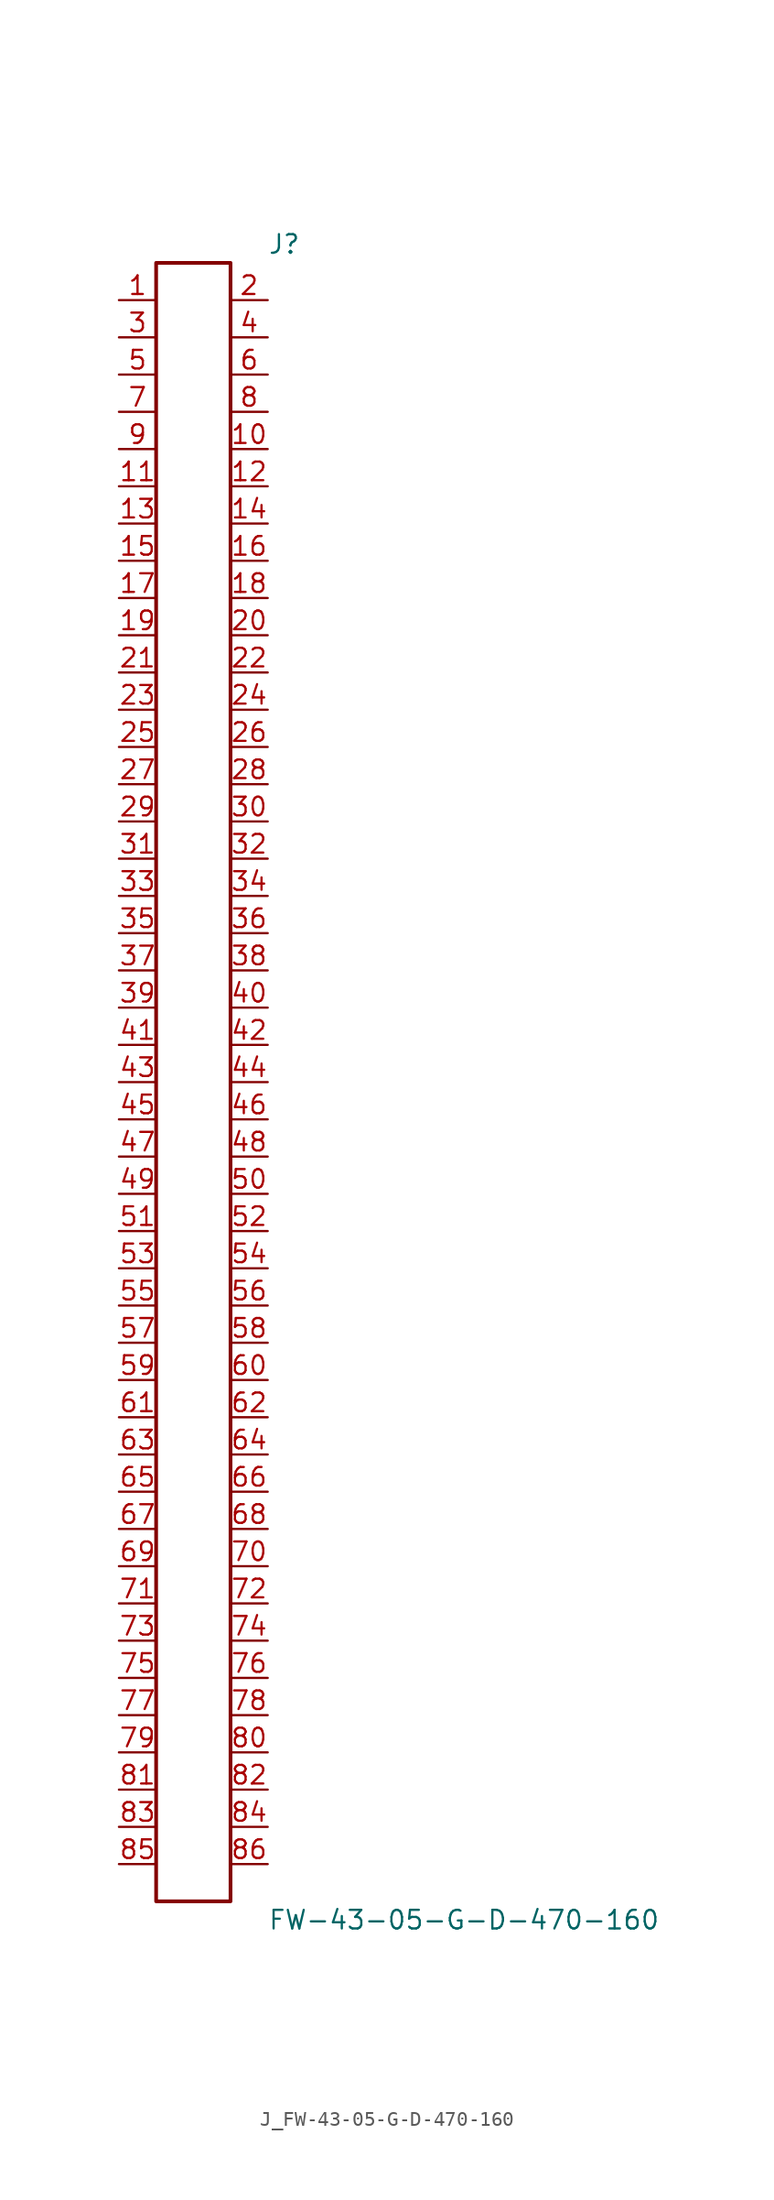
<source format=kicad_sym>
(kicad_symbol_lib
  (version 20231120)
  (generator kicad_symbol_editor)
  (generator_version 8.0)
  (symbol "J_FW-43-05-G-D-470-160"
    (pin_names
      (offset 0.254))
    (property "Reference" "J"
      (at 5.08 57.15 0)
      (effects (font (size 1.27 1.27)) (justify left)))
    (property "Value" "FW-43-05-G-D-470-160"
      (at 5.08 -57.15 0)
      (effects (font (size 1.27 1.27)) (justify left)))
    (symbol "J_FW-43-05-G-D-470-160_0_0"
      (pin unspecified line (at -5.08 53.34 0) (length 2.54) (name "" (effects (font (size 1.27 1.27)))) (number "1" (effects (font (size 1.27 1.27)))))
      (pin unspecified line (at 5.08 53.34 180) (length 2.54) (name "" (effects (font (size 1.27 1.27)))) (number "2" (effects (font (size 1.27 1.27)))))
      (pin unspecified line (at -5.08 50.8 0) (length 2.54) (name "" (effects (font (size 1.27 1.27)))) (number "3" (effects (font (size 1.27 1.27)))))
      (pin unspecified line (at 5.08 50.8 180) (length 2.54) (name "" (effects (font (size 1.27 1.27)))) (number "4" (effects (font (size 1.27 1.27)))))
      (pin unspecified line (at -5.08 48.26 0) (length 2.54) (name "" (effects (font (size 1.27 1.27)))) (number "5" (effects (font (size 1.27 1.27)))))
      (pin unspecified line (at 5.08 48.26 180) (length 2.54) (name "" (effects (font (size 1.27 1.27)))) (number "6" (effects (font (size 1.27 1.27)))))
      (pin unspecified line (at -5.08 45.72 0) (length 2.54) (name "" (effects (font (size 1.27 1.27)))) (number "7" (effects (font (size 1.27 1.27)))))
      (pin unspecified line (at 5.08 45.72 180) (length 2.54) (name "" (effects (font (size 1.27 1.27)))) (number "8" (effects (font (size 1.27 1.27)))))
      (pin unspecified line (at -5.08 43.18 0) (length 2.54) (name "" (effects (font (size 1.27 1.27)))) (number "9" (effects (font (size 1.27 1.27)))))
      (pin unspecified line (at 5.08 43.18 180) (length 2.54) (name "" (effects (font (size 1.27 1.27)))) (number "10" (effects (font (size 1.27 1.27)))))
      (pin unspecified line (at -5.08 40.64 0) (length 2.54) (name "" (effects (font (size 1.27 1.27)))) (number "11" (effects (font (size 1.27 1.27)))))
      (pin unspecified line (at 5.08 40.64 180) (length 2.54) (name "" (effects (font (size 1.27 1.27)))) (number "12" (effects (font (size 1.27 1.27)))))
      (pin unspecified line (at -5.08 38.1 0) (length 2.54) (name "" (effects (font (size 1.27 1.27)))) (number "13" (effects (font (size 1.27 1.27)))))
      (pin unspecified line (at 5.08 38.1 180) (length 2.54) (name "" (effects (font (size 1.27 1.27)))) (number "14" (effects (font (size 1.27 1.27)))))
      (pin unspecified line (at -5.08 35.56 0) (length 2.54) (name "" (effects (font (size 1.27 1.27)))) (number "15" (effects (font (size 1.27 1.27)))))
      (pin unspecified line (at 5.08 35.56 180) (length 2.54) (name "" (effects (font (size 1.27 1.27)))) (number "16" (effects (font (size 1.27 1.27)))))
      (pin unspecified line (at -5.08 33.02 0) (length 2.54) (name "" (effects (font (size 1.27 1.27)))) (number "17" (effects (font (size 1.27 1.27)))))
      (pin unspecified line (at 5.08 33.02 180) (length 2.54) (name "" (effects (font (size 1.27 1.27)))) (number "18" (effects (font (size 1.27 1.27)))))
      (pin unspecified line (at -5.08 30.48 0) (length 2.54) (name "" (effects (font (size 1.27 1.27)))) (number "19" (effects (font (size 1.27 1.27)))))
      (pin unspecified line (at 5.08 30.48 180) (length 2.54) (name "" (effects (font (size 1.27 1.27)))) (number "20" (effects (font (size 1.27 1.27)))))
      (pin unspecified line (at -5.08 27.94 0) (length 2.54) (name "" (effects (font (size 1.27 1.27)))) (number "21" (effects (font (size 1.27 1.27)))))
      (pin unspecified line (at 5.08 27.94 180) (length 2.54) (name "" (effects (font (size 1.27 1.27)))) (number "22" (effects (font (size 1.27 1.27)))))
      (pin unspecified line (at -5.08 25.4 0) (length 2.54) (name "" (effects (font (size 1.27 1.27)))) (number "23" (effects (font (size 1.27 1.27)))))
      (pin unspecified line (at 5.08 25.4 180) (length 2.54) (name "" (effects (font (size 1.27 1.27)))) (number "24" (effects (font (size 1.27 1.27)))))
      (pin unspecified line (at -5.08 22.86 0) (length 2.54) (name "" (effects (font (size 1.27 1.27)))) (number "25" (effects (font (size 1.27 1.27)))))
      (pin unspecified line (at 5.08 22.86 180) (length 2.54) (name "" (effects (font (size 1.27 1.27)))) (number "26" (effects (font (size 1.27 1.27)))))
      (pin unspecified line (at -5.08 20.32 0) (length 2.54) (name "" (effects (font (size 1.27 1.27)))) (number "27" (effects (font (size 1.27 1.27)))))
      (pin unspecified line (at 5.08 20.32 180) (length 2.54) (name "" (effects (font (size 1.27 1.27)))) (number "28" (effects (font (size 1.27 1.27)))))
      (pin unspecified line (at -5.08 17.78 0) (length 2.54) (name "" (effects (font (size 1.27 1.27)))) (number "29" (effects (font (size 1.27 1.27)))))
      (pin unspecified line (at 5.08 17.78 180) (length 2.54) (name "" (effects (font (size 1.27 1.27)))) (number "30" (effects (font (size 1.27 1.27)))))
      (pin unspecified line (at -5.08 15.24 0) (length 2.54) (name "" (effects (font (size 1.27 1.27)))) (number "31" (effects (font (size 1.27 1.27)))))
      (pin unspecified line (at 5.08 15.24 180) (length 2.54) (name "" (effects (font (size 1.27 1.27)))) (number "32" (effects (font (size 1.27 1.27)))))
      (pin unspecified line (at -5.08 12.7 0) (length 2.54) (name "" (effects (font (size 1.27 1.27)))) (number "33" (effects (font (size 1.27 1.27)))))
      (pin unspecified line (at 5.08 12.7 180) (length 2.54) (name "" (effects (font (size 1.27 1.27)))) (number "34" (effects (font (size 1.27 1.27)))))
      (pin unspecified line (at -5.08 10.16 0) (length 2.54) (name "" (effects (font (size 1.27 1.27)))) (number "35" (effects (font (size 1.27 1.27)))))
      (pin unspecified line (at 5.08 10.16 180) (length 2.54) (name "" (effects (font (size 1.27 1.27)))) (number "36" (effects (font (size 1.27 1.27)))))
      (pin unspecified line (at -5.08 7.62 0) (length 2.54) (name "" (effects (font (size 1.27 1.27)))) (number "37" (effects (font (size 1.27 1.27)))))
      (pin unspecified line (at 5.08 7.62 180) (length 2.54) (name "" (effects (font (size 1.27 1.27)))) (number "38" (effects (font (size 1.27 1.27)))))
      (pin unspecified line (at -5.08 5.08 0) (length 2.54) (name "" (effects (font (size 1.27 1.27)))) (number "39" (effects (font (size 1.27 1.27)))))
      (pin unspecified line (at 5.08 5.08 180) (length 2.54) (name "" (effects (font (size 1.27 1.27)))) (number "40" (effects (font (size 1.27 1.27)))))
      (pin unspecified line (at -5.08 2.54 0) (length 2.54) (name "" (effects (font (size 1.27 1.27)))) (number "41" (effects (font (size 1.27 1.27)))))
      (pin unspecified line (at 5.08 2.54 180) (length 2.54) (name "" (effects (font (size 1.27 1.27)))) (number "42" (effects (font (size 1.27 1.27)))))
      (pin unspecified line (at -5.08 0.0 0) (length 2.54) (name "" (effects (font (size 1.27 1.27)))) (number "43" (effects (font (size 1.27 1.27)))))
      (pin unspecified line (at 5.08 0.0 180) (length 2.54) (name "" (effects (font (size 1.27 1.27)))) (number "44" (effects (font (size 1.27 1.27)))))
      (pin unspecified line (at -5.08 -2.54 0) (length 2.54) (name "" (effects (font (size 1.27 1.27)))) (number "45" (effects (font (size 1.27 1.27)))))
      (pin unspecified line (at 5.08 -2.54 180) (length 2.54) (name "" (effects (font (size 1.27 1.27)))) (number "46" (effects (font (size 1.27 1.27)))))
      (pin unspecified line (at -5.08 -5.08 0) (length 2.54) (name "" (effects (font (size 1.27 1.27)))) (number "47" (effects (font (size 1.27 1.27)))))
      (pin unspecified line (at 5.08 -5.08 180) (length 2.54) (name "" (effects (font (size 1.27 1.27)))) (number "48" (effects (font (size 1.27 1.27)))))
      (pin unspecified line (at -5.08 -7.62 0) (length 2.54) (name "" (effects (font (size 1.27 1.27)))) (number "49" (effects (font (size 1.27 1.27)))))
      (pin unspecified line (at 5.08 -7.62 180) (length 2.54) (name "" (effects (font (size 1.27 1.27)))) (number "50" (effects (font (size 1.27 1.27)))))
      (pin unspecified line (at -5.08 -10.16 0) (length 2.54) (name "" (effects (font (size 1.27 1.27)))) (number "51" (effects (font (size 1.27 1.27)))))
      (pin unspecified line (at 5.08 -10.16 180) (length 2.54) (name "" (effects (font (size 1.27 1.27)))) (number "52" (effects (font (size 1.27 1.27)))))
      (pin unspecified line (at -5.08 -12.7 0) (length 2.54) (name "" (effects (font (size 1.27 1.27)))) (number "53" (effects (font (size 1.27 1.27)))))
      (pin unspecified line (at 5.08 -12.7 180) (length 2.54) (name "" (effects (font (size 1.27 1.27)))) (number "54" (effects (font (size 1.27 1.27)))))
      (pin unspecified line (at -5.08 -15.24 0) (length 2.54) (name "" (effects (font (size 1.27 1.27)))) (number "55" (effects (font (size 1.27 1.27)))))
      (pin unspecified line (at 5.08 -15.24 180) (length 2.54) (name "" (effects (font (size 1.27 1.27)))) (number "56" (effects (font (size 1.27 1.27)))))
      (pin unspecified line (at -5.08 -17.78 0) (length 2.54) (name "" (effects (font (size 1.27 1.27)))) (number "57" (effects (font (size 1.27 1.27)))))
      (pin unspecified line (at 5.08 -17.78 180) (length 2.54) (name "" (effects (font (size 1.27 1.27)))) (number "58" (effects (font (size 1.27 1.27)))))
      (pin unspecified line (at -5.08 -20.32 0) (length 2.54) (name "" (effects (font (size 1.27 1.27)))) (number "59" (effects (font (size 1.27 1.27)))))
      (pin unspecified line (at 5.08 -20.32 180) (length 2.54) (name "" (effects (font (size 1.27 1.27)))) (number "60" (effects (font (size 1.27 1.27)))))
      (pin unspecified line (at -5.08 -22.86 0) (length 2.54) (name "" (effects (font (size 1.27 1.27)))) (number "61" (effects (font (size 1.27 1.27)))))
      (pin unspecified line (at 5.08 -22.86 180) (length 2.54) (name "" (effects (font (size 1.27 1.27)))) (number "62" (effects (font (size 1.27 1.27)))))
      (pin unspecified line (at -5.08 -25.4 0) (length 2.54) (name "" (effects (font (size 1.27 1.27)))) (number "63" (effects (font (size 1.27 1.27)))))
      (pin unspecified line (at 5.08 -25.4 180) (length 2.54) (name "" (effects (font (size 1.27 1.27)))) (number "64" (effects (font (size 1.27 1.27)))))
      (pin unspecified line (at -5.08 -27.94 0) (length 2.54) (name "" (effects (font (size 1.27 1.27)))) (number "65" (effects (font (size 1.27 1.27)))))
      (pin unspecified line (at 5.08 -27.94 180) (length 2.54) (name "" (effects (font (size 1.27 1.27)))) (number "66" (effects (font (size 1.27 1.27)))))
      (pin unspecified line (at -5.08 -30.48 0) (length 2.54) (name "" (effects (font (size 1.27 1.27)))) (number "67" (effects (font (size 1.27 1.27)))))
      (pin unspecified line (at 5.08 -30.48 180) (length 2.54) (name "" (effects (font (size 1.27 1.27)))) (number "68" (effects (font (size 1.27 1.27)))))
      (pin unspecified line (at -5.08 -33.02 0) (length 2.54) (name "" (effects (font (size 1.27 1.27)))) (number "69" (effects (font (size 1.27 1.27)))))
      (pin unspecified line (at 5.08 -33.02 180) (length 2.54) (name "" (effects (font (size 1.27 1.27)))) (number "70" (effects (font (size 1.27 1.27)))))
      (pin unspecified line (at -5.08 -35.56 0) (length 2.54) (name "" (effects (font (size 1.27 1.27)))) (number "71" (effects (font (size 1.27 1.27)))))
      (pin unspecified line (at 5.08 -35.56 180) (length 2.54) (name "" (effects (font (size 1.27 1.27)))) (number "72" (effects (font (size 1.27 1.27)))))
      (pin unspecified line (at -5.08 -38.1 0) (length 2.54) (name "" (effects (font (size 1.27 1.27)))) (number "73" (effects (font (size 1.27 1.27)))))
      (pin unspecified line (at 5.08 -38.1 180) (length 2.54) (name "" (effects (font (size 1.27 1.27)))) (number "74" (effects (font (size 1.27 1.27)))))
      (pin unspecified line (at -5.08 -40.64 0) (length 2.54) (name "" (effects (font (size 1.27 1.27)))) (number "75" (effects (font (size 1.27 1.27)))))
      (pin unspecified line (at 5.08 -40.64 180) (length 2.54) (name "" (effects (font (size 1.27 1.27)))) (number "76" (effects (font (size 1.27 1.27)))))
      (pin unspecified line (at -5.08 -43.18 0) (length 2.54) (name "" (effects (font (size 1.27 1.27)))) (number "77" (effects (font (size 1.27 1.27)))))
      (pin unspecified line (at 5.08 -43.18 180) (length 2.54) (name "" (effects (font (size 1.27 1.27)))) (number "78" (effects (font (size 1.27 1.27)))))
      (pin unspecified line (at -5.08 -45.72 0) (length 2.54) (name "" (effects (font (size 1.27 1.27)))) (number "79" (effects (font (size 1.27 1.27)))))
      (pin unspecified line (at 5.08 -45.72 180) (length 2.54) (name "" (effects (font (size 1.27 1.27)))) (number "80" (effects (font (size 1.27 1.27)))))
      (pin unspecified line (at -5.08 -48.26 0) (length 2.54) (name "" (effects (font (size 1.27 1.27)))) (number "81" (effects (font (size 1.27 1.27)))))
      (pin unspecified line (at 5.08 -48.26 180) (length 2.54) (name "" (effects (font (size 1.27 1.27)))) (number "82" (effects (font (size 1.27 1.27)))))
      (pin unspecified line (at -5.08 -50.8 0) (length 2.54) (name "" (effects (font (size 1.27 1.27)))) (number "83" (effects (font (size 1.27 1.27)))))
      (pin unspecified line (at 5.08 -50.8 180) (length 2.54) (name "" (effects (font (size 1.27 1.27)))) (number "84" (effects (font (size 1.27 1.27)))))
      (pin unspecified line (at -5.08 -53.34 0) (length 2.54) (name "" (effects (font (size 1.27 1.27)))) (number "85" (effects (font (size 1.27 1.27)))))
      (pin unspecified line (at 5.08 -53.34 180) (length 2.54) (name "" (effects (font (size 1.27 1.27)))) (number "86" (effects (font (size 1.27 1.27))))))
    (symbol "J_FW-43-05-G-D-470-160_1_0"
      (rectangle (start -2.54 55.88) (end 2.54 -55.88) (stroke (width 0.254) (type solid)) (fill (type none))))))
</source>
